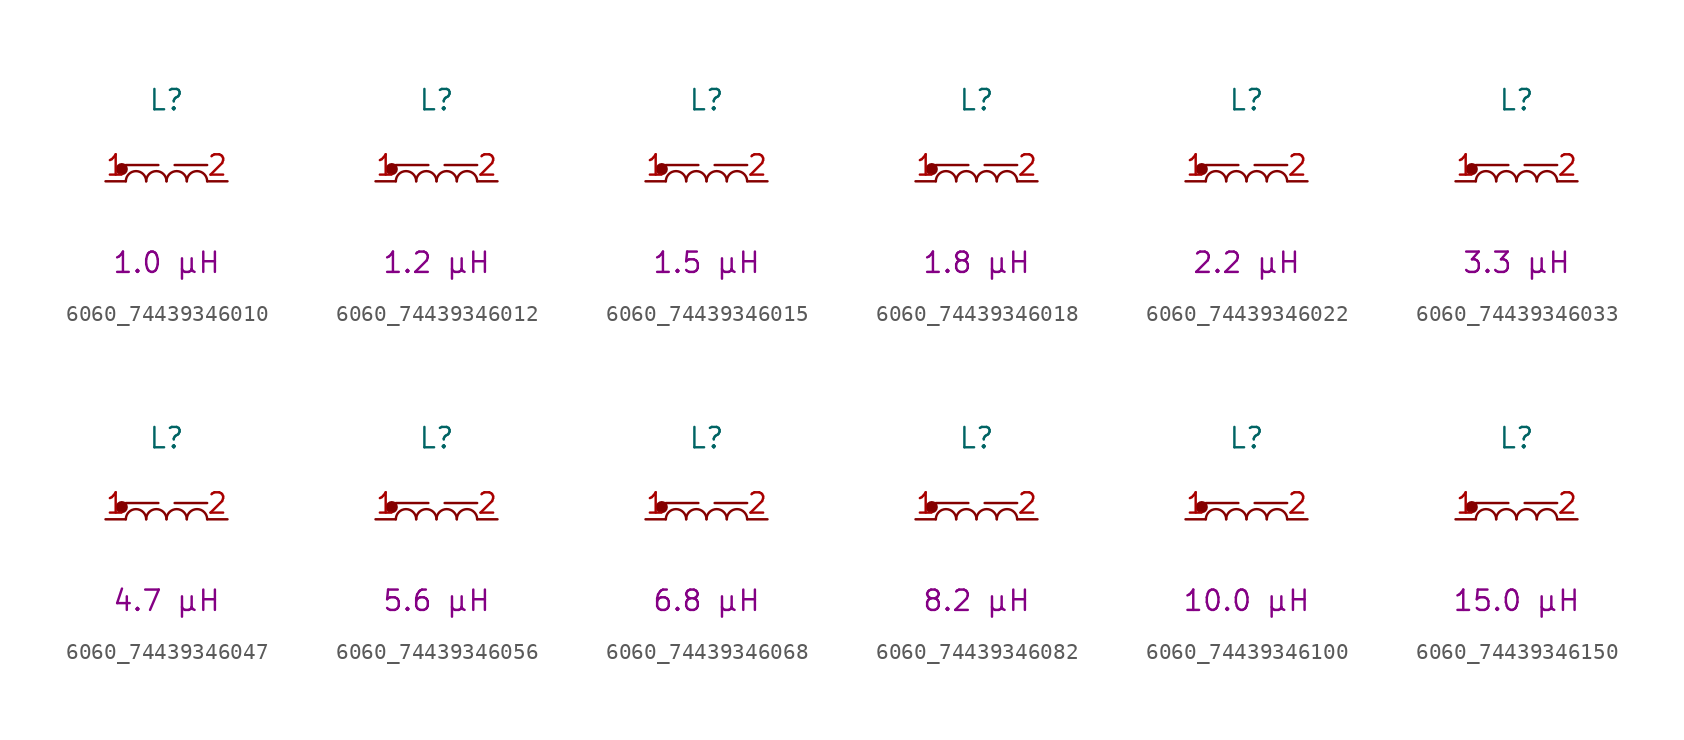
<source format=kicad_sym>
(kicad_symbol_lib
  (version 20220914)
  (generator kicad_symbol_editor)
  (symbol "6060_74439346010"
    (pin_names hide)
    (property "Reference" "L"
      (at 0 5.08 0)
      (effects (font (size 1.27 1.27))))
    (property "Critical Parameter" "1.0 µH"
      (at 0 -5.08 0)
      (effects (font (size 1.27 1.27))))
    (symbol "6060_74439346010_0_1"
      (arc (start -1.27 0) (mid -1.905 0.6323) (end -2.54 0) (stroke (width 0) (type default)) (fill (type none)))
      (arc (start 0 0) (mid -0.635 0.6323) (end -1.27 0) (stroke (width 0) (type default)) (fill (type none)))
      (polyline (pts (xy -2.54 1.016) (xy -0.508 1.016)) (stroke (width 0) (type default)) (fill (type none)))
      (arc (start 1.27 0) (mid 0.635 0.6323) (end 0 0) (stroke (width 0) (type default)) (fill (type none)))
      (arc (start 2.54 0) (mid 1.905 0.6323) (end 1.27 0) (stroke (width 0) (type default)) (fill (type none))))
    (symbol "6060_74439346010_1_1"
      (circle (center -2.794 0.762) (radius 0.0001) (stroke (width 0.381) (type default)) (fill (type none)))
      (polyline (pts (xy 2.54 1.016) (xy 0.508 1.016)) (stroke (width 0) (type default)) (fill (type none)))
      (pin passive line (at -3.81 0 0) (length 1.27) (name "1" (effects (font (size 1.27 1.27)))) (number "1" (effects (font (size 1.27 1.27)))))
      (pin passive line (at 3.81 0 180) (length 1.27) (name "2" (effects (font (size 1.27 1.27)))) (number "2" (effects (font (size 1.27 1.27)))))))
  (symbol "6060_74439346012"
    (pin_names hide)
    (property "Reference" "L"
      (at 0 5.08 0)
      (effects (font (size 1.27 1.27))))
    (property "Critical Parameter" "1.2 µH"
      (at 0 -5.08 0)
      (effects (font (size 1.27 1.27))))
    (symbol "6060_74439346012_0_1"
      (arc (start -1.27 0) (mid -1.905 0.6323) (end -2.54 0) (stroke (width 0) (type default)) (fill (type none)))
      (arc (start 0 0) (mid -0.635 0.6323) (end -1.27 0) (stroke (width 0) (type default)) (fill (type none)))
      (polyline (pts (xy -2.54 1.016) (xy -0.508 1.016)) (stroke (width 0) (type default)) (fill (type none)))
      (arc (start 1.27 0) (mid 0.635 0.6323) (end 0 0) (stroke (width 0) (type default)) (fill (type none)))
      (arc (start 2.54 0) (mid 1.905 0.6323) (end 1.27 0) (stroke (width 0) (type default)) (fill (type none))))
    (symbol "6060_74439346012_1_1"
      (circle (center -2.794 0.762) (radius 0.0001) (stroke (width 0.381) (type default)) (fill (type none)))
      (polyline (pts (xy 2.54 1.016) (xy 0.508 1.016)) (stroke (width 0) (type default)) (fill (type none)))
      (pin passive line (at -3.81 0 0) (length 1.27) (name "1" (effects (font (size 1.27 1.27)))) (number "1" (effects (font (size 1.27 1.27)))))
      (pin passive line (at 3.81 0 180) (length 1.27) (name "2" (effects (font (size 1.27 1.27)))) (number "2" (effects (font (size 1.27 1.27)))))))
  (symbol "6060_74439346015"
    (pin_names hide)
    (property "Reference" "L"
      (at 0 5.08 0)
      (effects (font (size 1.27 1.27))))
    (property "Critical Parameter" "1.5 µH"
      (at 0 -5.08 0)
      (effects (font (size 1.27 1.27))))
    (symbol "6060_74439346015_0_1"
      (arc (start -1.27 0) (mid -1.905 0.6323) (end -2.54 0) (stroke (width 0) (type default)) (fill (type none)))
      (arc (start 0 0) (mid -0.635 0.6323) (end -1.27 0) (stroke (width 0) (type default)) (fill (type none)))
      (polyline (pts (xy -2.54 1.016) (xy -0.508 1.016)) (stroke (width 0) (type default)) (fill (type none)))
      (arc (start 1.27 0) (mid 0.635 0.6323) (end 0 0) (stroke (width 0) (type default)) (fill (type none)))
      (arc (start 2.54 0) (mid 1.905 0.6323) (end 1.27 0) (stroke (width 0) (type default)) (fill (type none))))
    (symbol "6060_74439346015_1_1"
      (circle (center -2.794 0.762) (radius 0.0001) (stroke (width 0.381) (type default)) (fill (type none)))
      (polyline (pts (xy 2.54 1.016) (xy 0.508 1.016)) (stroke (width 0) (type default)) (fill (type none)))
      (pin passive line (at -3.81 0 0) (length 1.27) (name "1" (effects (font (size 1.27 1.27)))) (number "1" (effects (font (size 1.27 1.27)))))
      (pin passive line (at 3.81 0 180) (length 1.27) (name "2" (effects (font (size 1.27 1.27)))) (number "2" (effects (font (size 1.27 1.27)))))))
  (symbol "6060_74439346018"
    (pin_names hide)
    (property "Reference" "L"
      (at 0 5.08 0)
      (effects (font (size 1.27 1.27))))
    (property "Critical Parameter" "1.8 µH"
      (at 0 -5.08 0)
      (effects (font (size 1.27 1.27))))
    (symbol "6060_74439346018_0_1"
      (arc (start -1.27 0) (mid -1.905 0.6323) (end -2.54 0) (stroke (width 0) (type default)) (fill (type none)))
      (arc (start 0 0) (mid -0.635 0.6323) (end -1.27 0) (stroke (width 0) (type default)) (fill (type none)))
      (polyline (pts (xy -2.54 1.016) (xy -0.508 1.016)) (stroke (width 0) (type default)) (fill (type none)))
      (arc (start 1.27 0) (mid 0.635 0.6323) (end 0 0) (stroke (width 0) (type default)) (fill (type none)))
      (arc (start 2.54 0) (mid 1.905 0.6323) (end 1.27 0) (stroke (width 0) (type default)) (fill (type none))))
    (symbol "6060_74439346018_1_1"
      (circle (center -2.794 0.762) (radius 0.0001) (stroke (width 0.381) (type default)) (fill (type none)))
      (polyline (pts (xy 2.54 1.016) (xy 0.508 1.016)) (stroke (width 0) (type default)) (fill (type none)))
      (pin passive line (at -3.81 0 0) (length 1.27) (name "1" (effects (font (size 1.27 1.27)))) (number "1" (effects (font (size 1.27 1.27)))))
      (pin passive line (at 3.81 0 180) (length 1.27) (name "2" (effects (font (size 1.27 1.27)))) (number "2" (effects (font (size 1.27 1.27)))))))
  (symbol "6060_74439346022"
    (pin_names hide)
    (property "Reference" "L"
      (at 0 5.08 0)
      (effects (font (size 1.27 1.27))))
    (property "Critical Parameter" "2.2 µH"
      (at 0 -5.08 0)
      (effects (font (size 1.27 1.27))))
    (symbol "6060_74439346022_0_1"
      (arc (start -1.27 0) (mid -1.905 0.6323) (end -2.54 0) (stroke (width 0) (type default)) (fill (type none)))
      (arc (start 0 0) (mid -0.635 0.6323) (end -1.27 0) (stroke (width 0) (type default)) (fill (type none)))
      (polyline (pts (xy -2.54 1.016) (xy -0.508 1.016)) (stroke (width 0) (type default)) (fill (type none)))
      (arc (start 1.27 0) (mid 0.635 0.6323) (end 0 0) (stroke (width 0) (type default)) (fill (type none)))
      (arc (start 2.54 0) (mid 1.905 0.6323) (end 1.27 0) (stroke (width 0) (type default)) (fill (type none))))
    (symbol "6060_74439346022_1_1"
      (circle (center -2.794 0.762) (radius 0.0001) (stroke (width 0.381) (type default)) (fill (type none)))
      (polyline (pts (xy 2.54 1.016) (xy 0.508 1.016)) (stroke (width 0) (type default)) (fill (type none)))
      (pin passive line (at -3.81 0 0) (length 1.27) (name "1" (effects (font (size 1.27 1.27)))) (number "1" (effects (font (size 1.27 1.27)))))
      (pin passive line (at 3.81 0 180) (length 1.27) (name "2" (effects (font (size 1.27 1.27)))) (number "2" (effects (font (size 1.27 1.27)))))))
  (symbol "6060_74439346033"
    (pin_names hide)
    (property "Reference" "L"
      (at 0 5.08 0)
      (effects (font (size 1.27 1.27))))
    (property "Critical Parameter" "3.3 µH"
      (at 0 -5.08 0)
      (effects (font (size 1.27 1.27))))
    (symbol "6060_74439346033_0_1"
      (arc (start -1.27 0) (mid -1.905 0.6323) (end -2.54 0) (stroke (width 0) (type default)) (fill (type none)))
      (arc (start 0 0) (mid -0.635 0.6323) (end -1.27 0) (stroke (width 0) (type default)) (fill (type none)))
      (polyline (pts (xy -2.54 1.016) (xy -0.508 1.016)) (stroke (width 0) (type default)) (fill (type none)))
      (arc (start 1.27 0) (mid 0.635 0.6323) (end 0 0) (stroke (width 0) (type default)) (fill (type none)))
      (arc (start 2.54 0) (mid 1.905 0.6323) (end 1.27 0) (stroke (width 0) (type default)) (fill (type none))))
    (symbol "6060_74439346033_1_1"
      (circle (center -2.794 0.762) (radius 0.0001) (stroke (width 0.381) (type default)) (fill (type none)))
      (polyline (pts (xy 2.54 1.016) (xy 0.508 1.016)) (stroke (width 0) (type default)) (fill (type none)))
      (pin passive line (at -3.81 0 0) (length 1.27) (name "1" (effects (font (size 1.27 1.27)))) (number "1" (effects (font (size 1.27 1.27)))))
      (pin passive line (at 3.81 0 180) (length 1.27) (name "2" (effects (font (size 1.27 1.27)))) (number "2" (effects (font (size 1.27 1.27)))))))
  (symbol "6060_74439346047"
    (pin_names hide)
    (property "Reference" "L"
      (at 0 5.08 0)
      (effects (font (size 1.27 1.27))))
    (property "Critical Parameter" "4.7 µH"
      (at 0 -5.08 0)
      (effects (font (size 1.27 1.27))))
    (symbol "6060_74439346047_0_1"
      (arc (start -1.27 0) (mid -1.905 0.6323) (end -2.54 0) (stroke (width 0) (type default)) (fill (type none)))
      (arc (start 0 0) (mid -0.635 0.6323) (end -1.27 0) (stroke (width 0) (type default)) (fill (type none)))
      (polyline (pts (xy -2.54 1.016) (xy -0.508 1.016)) (stroke (width 0) (type default)) (fill (type none)))
      (arc (start 1.27 0) (mid 0.635 0.6323) (end 0 0) (stroke (width 0) (type default)) (fill (type none)))
      (arc (start 2.54 0) (mid 1.905 0.6323) (end 1.27 0) (stroke (width 0) (type default)) (fill (type none))))
    (symbol "6060_74439346047_1_1"
      (circle (center -2.794 0.762) (radius 0.0001) (stroke (width 0.381) (type default)) (fill (type none)))
      (polyline (pts (xy 2.54 1.016) (xy 0.508 1.016)) (stroke (width 0) (type default)) (fill (type none)))
      (pin passive line (at -3.81 0 0) (length 1.27) (name "1" (effects (font (size 1.27 1.27)))) (number "1" (effects (font (size 1.27 1.27)))))
      (pin passive line (at 3.81 0 180) (length 1.27) (name "2" (effects (font (size 1.27 1.27)))) (number "2" (effects (font (size 1.27 1.27)))))))
  (symbol "6060_74439346056"
    (pin_names hide)
    (property "Reference" "L"
      (at 0 5.08 0)
      (effects (font (size 1.27 1.27))))
    (property "Critical Parameter" "5.6 µH"
      (at 0 -5.08 0)
      (effects (font (size 1.27 1.27))))
    (symbol "6060_74439346056_0_1"
      (arc (start -1.27 0) (mid -1.905 0.6323) (end -2.54 0) (stroke (width 0) (type default)) (fill (type none)))
      (arc (start 0 0) (mid -0.635 0.6323) (end -1.27 0) (stroke (width 0) (type default)) (fill (type none)))
      (polyline (pts (xy -2.54 1.016) (xy -0.508 1.016)) (stroke (width 0) (type default)) (fill (type none)))
      (arc (start 1.27 0) (mid 0.635 0.6323) (end 0 0) (stroke (width 0) (type default)) (fill (type none)))
      (arc (start 2.54 0) (mid 1.905 0.6323) (end 1.27 0) (stroke (width 0) (type default)) (fill (type none))))
    (symbol "6060_74439346056_1_1"
      (circle (center -2.794 0.762) (radius 0.0001) (stroke (width 0.381) (type default)) (fill (type none)))
      (polyline (pts (xy 2.54 1.016) (xy 0.508 1.016)) (stroke (width 0) (type default)) (fill (type none)))
      (pin passive line (at -3.81 0 0) (length 1.27) (name "1" (effects (font (size 1.27 1.27)))) (number "1" (effects (font (size 1.27 1.27)))))
      (pin passive line (at 3.81 0 180) (length 1.27) (name "2" (effects (font (size 1.27 1.27)))) (number "2" (effects (font (size 1.27 1.27)))))))
  (symbol "6060_74439346068"
    (pin_names hide)
    (property "Reference" "L"
      (at 0 5.08 0)
      (effects (font (size 1.27 1.27))))
    (property "Critical Parameter" "6.8 µH"
      (at 0 -5.08 0)
      (effects (font (size 1.27 1.27))))
    (symbol "6060_74439346068_0_1"
      (arc (start -1.27 0) (mid -1.905 0.6323) (end -2.54 0) (stroke (width 0) (type default)) (fill (type none)))
      (arc (start 0 0) (mid -0.635 0.6323) (end -1.27 0) (stroke (width 0) (type default)) (fill (type none)))
      (polyline (pts (xy -2.54 1.016) (xy -0.508 1.016)) (stroke (width 0) (type default)) (fill (type none)))
      (arc (start 1.27 0) (mid 0.635 0.6323) (end 0 0) (stroke (width 0) (type default)) (fill (type none)))
      (arc (start 2.54 0) (mid 1.905 0.6323) (end 1.27 0) (stroke (width 0) (type default)) (fill (type none))))
    (symbol "6060_74439346068_1_1"
      (circle (center -2.794 0.762) (radius 0.0001) (stroke (width 0.381) (type default)) (fill (type none)))
      (polyline (pts (xy 2.54 1.016) (xy 0.508 1.016)) (stroke (width 0) (type default)) (fill (type none)))
      (pin passive line (at -3.81 0 0) (length 1.27) (name "1" (effects (font (size 1.27 1.27)))) (number "1" (effects (font (size 1.27 1.27)))))
      (pin passive line (at 3.81 0 180) (length 1.27) (name "2" (effects (font (size 1.27 1.27)))) (number "2" (effects (font (size 1.27 1.27)))))))
  (symbol "6060_74439346082"
    (pin_names hide)
    (property "Reference" "L"
      (at 0 5.08 0)
      (effects (font (size 1.27 1.27))))
    (property "Critical Parameter" "8.2 µH"
      (at 0 -5.08 0)
      (effects (font (size 1.27 1.27))))
    (symbol "6060_74439346082_0_1"
      (arc (start -1.27 0) (mid -1.905 0.6323) (end -2.54 0) (stroke (width 0) (type default)) (fill (type none)))
      (arc (start 0 0) (mid -0.635 0.6323) (end -1.27 0) (stroke (width 0) (type default)) (fill (type none)))
      (polyline (pts (xy -2.54 1.016) (xy -0.508 1.016)) (stroke (width 0) (type default)) (fill (type none)))
      (arc (start 1.27 0) (mid 0.635 0.6323) (end 0 0) (stroke (width 0) (type default)) (fill (type none)))
      (arc (start 2.54 0) (mid 1.905 0.6323) (end 1.27 0) (stroke (width 0) (type default)) (fill (type none))))
    (symbol "6060_74439346082_1_1"
      (circle (center -2.794 0.762) (radius 0.0001) (stroke (width 0.381) (type default)) (fill (type none)))
      (polyline (pts (xy 2.54 1.016) (xy 0.508 1.016)) (stroke (width 0) (type default)) (fill (type none)))
      (pin passive line (at -3.81 0 0) (length 1.27) (name "1" (effects (font (size 1.27 1.27)))) (number "1" (effects (font (size 1.27 1.27)))))
      (pin passive line (at 3.81 0 180) (length 1.27) (name "2" (effects (font (size 1.27 1.27)))) (number "2" (effects (font (size 1.27 1.27)))))))
  (symbol "6060_74439346100"
    (pin_names hide)
    (property "Reference" "L"
      (at 0 5.08 0)
      (effects (font (size 1.27 1.27))))
    (property "Critical Parameter" "10.0 µH"
      (at 0 -5.08 0)
      (effects (font (size 1.27 1.27))))
    (symbol "6060_74439346100_0_1"
      (arc (start -1.27 0) (mid -1.905 0.6323) (end -2.54 0) (stroke (width 0) (type default)) (fill (type none)))
      (arc (start 0 0) (mid -0.635 0.6323) (end -1.27 0) (stroke (width 0) (type default)) (fill (type none)))
      (polyline (pts (xy -2.54 1.016) (xy -0.508 1.016)) (stroke (width 0) (type default)) (fill (type none)))
      (arc (start 1.27 0) (mid 0.635 0.6323) (end 0 0) (stroke (width 0) (type default)) (fill (type none)))
      (arc (start 2.54 0) (mid 1.905 0.6323) (end 1.27 0) (stroke (width 0) (type default)) (fill (type none))))
    (symbol "6060_74439346100_1_1"
      (circle (center -2.794 0.762) (radius 0.0001) (stroke (width 0.381) (type default)) (fill (type none)))
      (polyline (pts (xy 2.54 1.016) (xy 0.508 1.016)) (stroke (width 0) (type default)) (fill (type none)))
      (pin passive line (at -3.81 0 0) (length 1.27) (name "1" (effects (font (size 1.27 1.27)))) (number "1" (effects (font (size 1.27 1.27)))))
      (pin passive line (at 3.81 0 180) (length 1.27) (name "2" (effects (font (size 1.27 1.27)))) (number "2" (effects (font (size 1.27 1.27)))))))
  (symbol "6060_74439346150"
    (pin_names hide)
    (property "Reference" "L"
      (at 0 5.08 0)
      (effects (font (size 1.27 1.27))))
    (property "Critical Parameter" "15.0 µH"
      (at 0 -5.08 0)
      (effects (font (size 1.27 1.27))))
    (symbol "6060_74439346150_0_1"
      (arc (start -1.27 0) (mid -1.905 0.6323) (end -2.54 0) (stroke (width 0) (type default)) (fill (type none)))
      (arc (start 0 0) (mid -0.635 0.6323) (end -1.27 0) (stroke (width 0) (type default)) (fill (type none)))
      (polyline (pts (xy -2.54 1.016) (xy -0.508 1.016)) (stroke (width 0) (type default)) (fill (type none)))
      (arc (start 1.27 0) (mid 0.635 0.6323) (end 0 0) (stroke (width 0) (type default)) (fill (type none)))
      (arc (start 2.54 0) (mid 1.905 0.6323) (end 1.27 0) (stroke (width 0) (type default)) (fill (type none))))
    (symbol "6060_74439346150_1_1"
      (circle (center -2.794 0.762) (radius 0.0001) (stroke (width 0.381) (type default)) (fill (type none)))
      (polyline (pts (xy 2.54 1.016) (xy 0.508 1.016)) (stroke (width 0) (type default)) (fill (type none)))
      (pin passive line (at -3.81 0 0) (length 1.27) (name "1" (effects (font (size 1.27 1.27)))) (number "1" (effects (font (size 1.27 1.27)))))
      (pin passive line (at 3.81 0 180) (length 1.27) (name "2" (effects (font (size 1.27 1.27)))) (number "2" (effects (font (size 1.27 1.27))))))))
</source>
